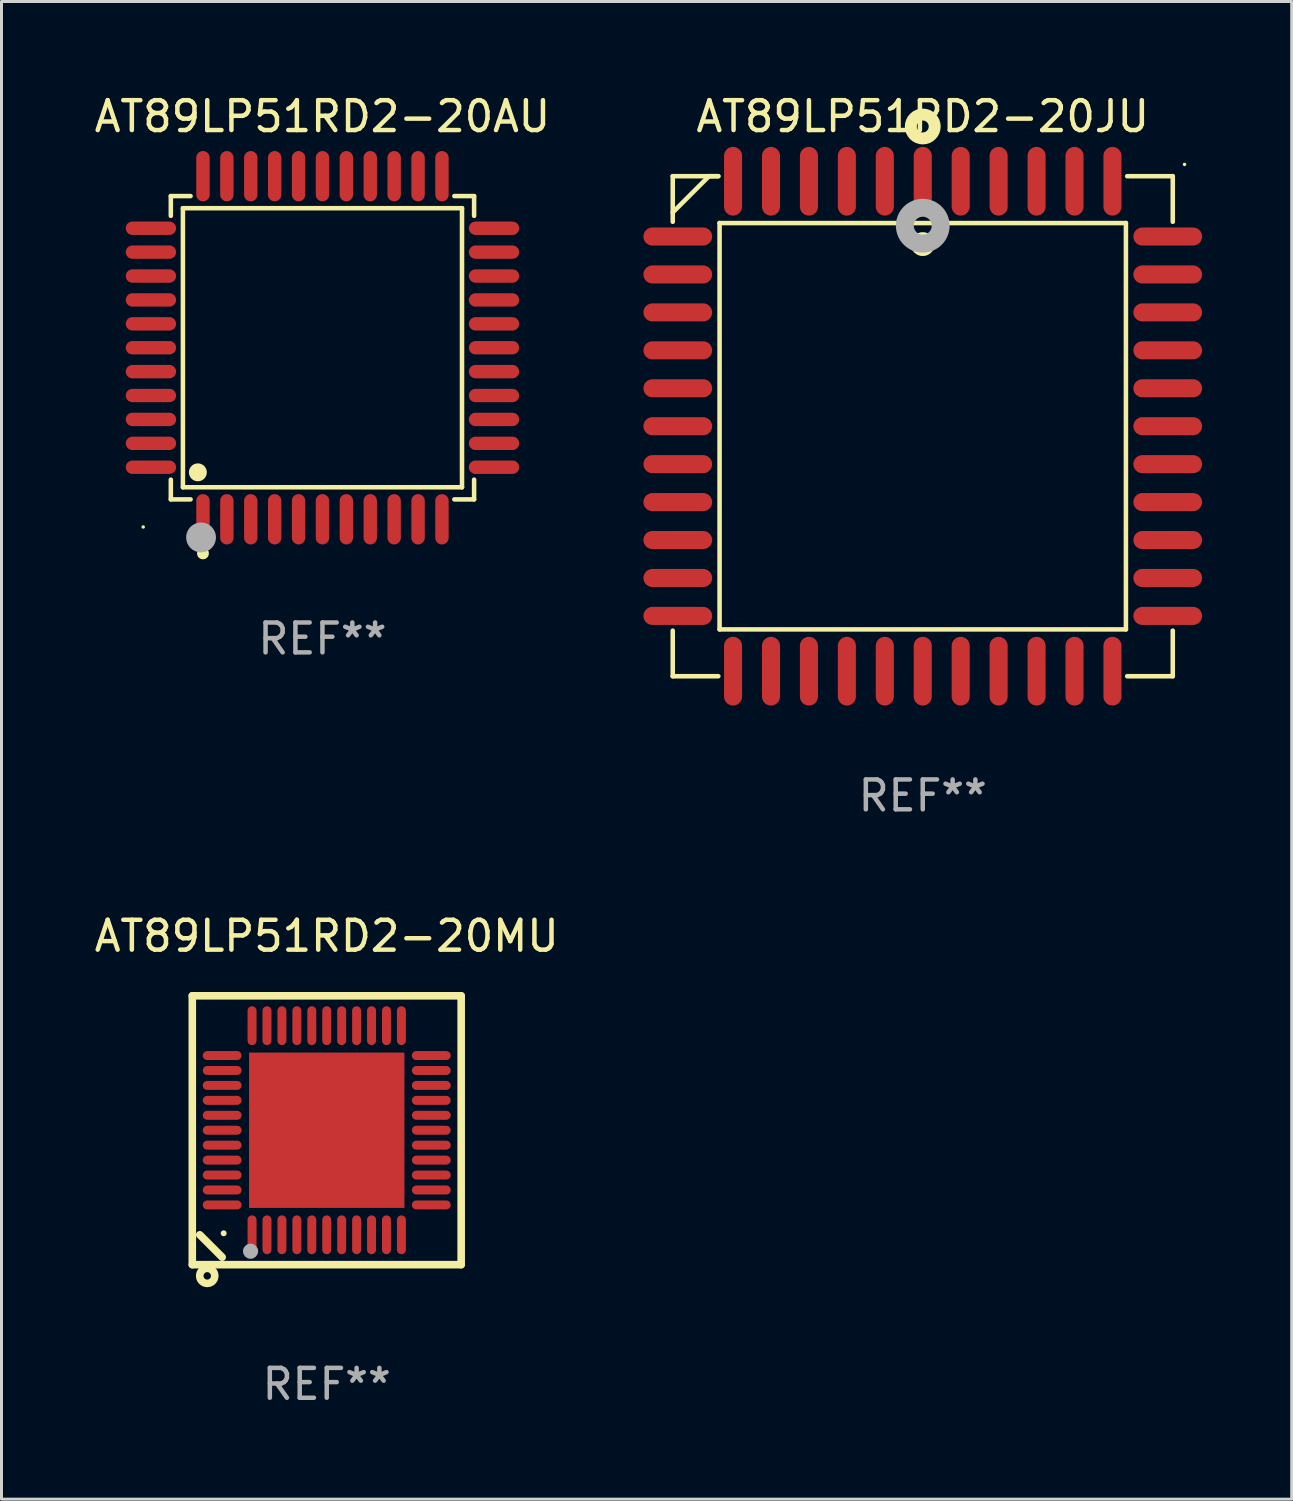
<source format=kicad_pcb>
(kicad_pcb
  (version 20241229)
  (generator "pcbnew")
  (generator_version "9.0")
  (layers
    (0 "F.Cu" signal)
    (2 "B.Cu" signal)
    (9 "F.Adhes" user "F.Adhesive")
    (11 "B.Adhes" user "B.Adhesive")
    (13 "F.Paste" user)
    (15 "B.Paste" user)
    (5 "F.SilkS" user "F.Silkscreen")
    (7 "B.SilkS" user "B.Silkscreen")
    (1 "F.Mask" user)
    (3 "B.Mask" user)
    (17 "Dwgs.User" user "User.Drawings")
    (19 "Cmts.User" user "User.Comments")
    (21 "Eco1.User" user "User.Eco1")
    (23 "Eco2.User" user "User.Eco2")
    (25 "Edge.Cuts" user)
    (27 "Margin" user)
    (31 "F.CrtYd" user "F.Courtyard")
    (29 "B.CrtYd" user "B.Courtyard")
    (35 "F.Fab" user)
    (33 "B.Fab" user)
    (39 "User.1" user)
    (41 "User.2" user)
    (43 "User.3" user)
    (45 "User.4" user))
  (footprint "AT89LP51RD2-20MU"
    (layer "F.Cu")
    (at 7.887 34.783)
    (property "Reference" "AT89LP51RD2-20MU" (at 0 -6.5 0) (layer "F.SilkS") (effects (font (size 1 1) (thickness 0.15))))
    (attr through_hole)
    (fp_line (start -4.5 -4.5) (end -4.5 4.5) (stroke (width 0.254) (type solid)) (layer "F.SilkS"))
    (fp_line (start -4.5 4.5) (end 4.5 4.5) (stroke (width 0.254) (type solid)) (layer "F.SilkS"))
    (fp_line (start -3.5 4.25) (end -4.25 3.5) (stroke (width 0.254) (type solid)) (layer "F.SilkS"))
    (fp_line (start 4.5 -4.5) (end -4.5 -4.5) (stroke (width 0.254) (type solid)) (layer "F.SilkS"))
    (fp_line (start 4.5 4.5) (end 4.5 -4.5) (stroke (width 0.254) (type solid)) (layer "F.SilkS"))
    (fp_circle (center -4 4.875) (end -3.875 4.875) (stroke (width 0.254) (type solid)) (fill no) (layer "F.SilkS"))
    (fp_circle (center -3.45 3.45) (end -3.4 3.45) (stroke (width 0.1) (type solid)) (fill no) (layer "F.SilkS"))
    (fp_circle (center -2.55 4.05) (end -2.423 4.05) (stroke (width 0.254) (type solid)) (fill no) (layer "F.Fab"))
    (fp_text user "REF**" (at 0 8.5 0) (layer "F.Fab") (effects (font (size 1 1) (thickness 0.15))))
    (pad "1" smd oval (at -2.5 3.5 90) (size 1.3 0.3) (layers "F.Cu" "F.Mask" "F.Paste"))
    (pad "2" smd oval (at -2 3.5 90) (size 1.3 0.3) (layers "F.Cu" "F.Mask" "F.Paste"))
    (pad "3" smd oval (at -1.5 3.5 90) (size 1.3 0.3) (layers "F.Cu" "F.Mask" "F.Paste"))
    (pad "4" smd oval (at -1 3.5 90) (size 1.3 0.3) (layers "F.Cu" "F.Mask" "F.Paste"))
    (pad "5" smd oval (at -0.5 3.5 90) (size 1.3 0.3) (layers "F.Cu" "F.Mask" "F.Paste"))
    (pad "6" smd oval (at 0.000025 3.5 90) (size 1.3 0.3) (layers "F.Cu" "F.Mask" "F.Paste"))
    (pad "7" smd oval (at 0.5 3.5 90) (size 1.3 0.3) (layers "F.Cu" "F.Mask" "F.Paste"))
    (pad "8" smd oval (at 1 3.5 90) (size 1.3 0.3) (layers "F.Cu" "F.Mask" "F.Paste"))
    (pad "9" smd oval (at 1.5 3.5 90) (size 1.3 0.3) (layers "F.Cu" "F.Mask" "F.Paste"))
    (pad "10" smd oval (at 2 3.5 90) (size 1.3 0.3) (layers "F.Cu" "F.Mask" "F.Paste"))
    (pad "11" smd oval (at 2.5 3.5 90) (size 1.3 0.3) (layers "F.Cu" "F.Mask" "F.Paste"))
    (pad "12" smd oval (at 3.5 2.5 90) (size 0.3 1.3) (layers "F.Cu" "F.Mask" "F.Paste"))
    (pad "13" smd oval (at 3.5 2 90) (size 0.3 1.3) (layers "F.Cu" "F.Mask" "F.Paste"))
    (pad "14" smd oval (at 3.5 1.5 90) (size 0.3 1.3) (layers "F.Cu" "F.Mask" "F.Paste"))
    (pad "15" smd oval (at 3.5 1 90) (size 0.3 1.3) (layers "F.Cu" "F.Mask" "F.Paste"))
    (pad "16" smd oval (at 3.5 0.5 90) (size 0.3 1.3) (layers "F.Cu" "F.Mask" "F.Paste"))
    (pad "17" smd oval (at 3.5 0.000025 90) (size 0.3 1.3) (layers "F.Cu" "F.Mask" "F.Paste"))
    (pad "18" smd oval (at 3.5 -0.5 90) (size 0.3 1.3) (layers "F.Cu" "F.Mask" "F.Paste"))
    (pad "19" smd oval (at 3.5 -1 90) (size 0.3 1.3) (layers "F.Cu" "F.Mask" "F.Paste"))
    (pad "20" smd oval (at 3.5 -1.5 90) (size 0.3 1.3) (layers "F.Cu" "F.Mask" "F.Paste"))
    (pad "21" smd oval (at 3.5 -2 90) (size 0.3 1.3) (layers "F.Cu" "F.Mask" "F.Paste"))
    (pad "22" smd oval (at 3.5 -2.5 90) (size 0.3 1.3) (layers "F.Cu" "F.Mask" "F.Paste"))
    (pad "23" smd oval (at 2.5 -3.5 90) (size 1.3 0.3) (layers "F.Cu" "F.Mask" "F.Paste"))
    (pad "24" smd oval (at 2 -3.5 90) (size 1.3 0.3) (layers "F.Cu" "F.Mask" "F.Paste"))
    (pad "25" smd oval (at 1.5 -3.5 90) (size 1.3 0.3) (layers "F.Cu" "F.Mask" "F.Paste"))
    (pad "26" smd oval (at 1 -3.5 90) (size 1.3 0.3) (layers "F.Cu" "F.Mask" "F.Paste"))
    (pad "27" smd oval (at 0.5 -3.5 90) (size 1.3 0.3) (layers "F.Cu" "F.Mask" "F.Paste"))
    (pad "28" smd oval (at 0.000025 -3.5 90) (size 1.3 0.3) (layers "F.Cu" "F.Mask" "F.Paste"))
    (pad "29" smd oval (at -0.5 -3.5 90) (size 1.3 0.3) (layers "F.Cu" "F.Mask" "F.Paste"))
    (pad "30" smd oval (at -1 -3.5 90) (size 1.3 0.3) (layers "F.Cu" "F.Mask" "F.Paste"))
    (pad "31" smd oval (at -1.5 -3.5 90) (size 1.3 0.3) (layers "F.Cu" "F.Mask" "F.Paste"))
    (pad "32" smd oval (at -2 -3.5 90) (size 1.3 0.3) (layers "F.Cu" "F.Mask" "F.Paste"))
    (pad "33" smd oval (at -2.5 -3.5 90) (size 1.3 0.3) (layers "F.Cu" "F.Mask" "F.Paste"))
    (pad "34" smd oval (at -3.5 -2.5 90) (size 0.3 1.3) (layers "F.Cu" "F.Mask" "F.Paste"))
    (pad "35" smd oval (at -3.5 -2 90) (size 0.3 1.3) (layers "F.Cu" "F.Mask" "F.Paste"))
    (pad "36" smd oval (at -3.5 -1.5 90) (size 0.3 1.3) (layers "F.Cu" "F.Mask" "F.Paste"))
    (pad "37" smd oval (at -3.5 -1 90) (size 0.3 1.3) (layers "F.Cu" "F.Mask" "F.Paste"))
    (pad "38" smd oval (at -3.5 -0.5 90) (size 0.3 1.3) (layers "F.Cu" "F.Mask" "F.Paste"))
    (pad "39" smd oval (at -3.5 0.000025 90) (size 0.3 1.3) (layers "F.Cu" "F.Mask" "F.Paste"))
    (pad "40" smd oval (at -3.5 0.5 90) (size 0.3 1.3) (layers "F.Cu" "F.Mask" "F.Paste"))
    (pad "41" smd oval (at -3.5 1 90) (size 0.3 1.3) (layers "F.Cu" "F.Mask" "F.Paste"))
    (pad "42" smd oval (at -3.5 1.5 90) (size 0.3 1.3) (layers "F.Cu" "F.Mask" "F.Paste"))
    (pad "43" smd oval (at -3.5 2 90) (size 0.3 1.3) (layers "F.Cu" "F.Mask" "F.Paste"))
    (pad "44" smd oval (at -3.5 2.5 90) (size 0.3 1.3) (layers "F.Cu" "F.Mask" "F.Paste"))
    (pad "45" smd rect (at 0.000025 0.000025 90) (size 5.2 5.2) (layers "F.Cu" "F.Mask" "F.Paste")))
  (footprint "AT89LP51RD2-20JU"
    (layer "F.Cu")
    (at 27.838 11.217)
    (property "Reference" "AT89LP51RD2-20JU" (at 0 -10.369 0) (layer "F.SilkS") (effects (font (size 1 1) (thickness 0.15))))
    (attr through_hole)
    (fp_line (start -8.369 -8.369) (end -8.369 -6.843) (stroke (width 0.152) (type solid)) (layer "F.SilkS"))
    (fp_line (start -8.369 8.369) (end -8.369 6.843) (stroke (width 0.152) (type solid)) (layer "F.SilkS"))
    (fp_line (start -7.156 -8.369) (end -8.369 -7.156) (stroke (width 0.152) (type solid)) (layer "F.SilkS"))
    (fp_line (start -6.843 -8.369) (end -8.369 -8.369) (stroke (width 0.152) (type solid)) (layer "F.SilkS"))
    (fp_line (start -6.843 -8.369) (end -7.156 -8.369) (stroke (width 0.152) (type solid)) (layer "F.SilkS"))
    (fp_line (start -6.843 8.369) (end -8.369 8.369) (stroke (width 0.152) (type solid)) (layer "F.SilkS"))
    (fp_line (start -6.801 -6.801) (end 6.801 -6.801) (stroke (width 0.152) (type solid)) (layer "F.SilkS"))
    (fp_line (start -6.801 6.801) (end -6.801 -6.801) (stroke (width 0.152) (type solid)) (layer "F.SilkS"))
    (fp_line (start 6.801 -6.801) (end 6.801 6.801) (stroke (width 0.152) (type solid)) (layer "F.SilkS"))
    (fp_line (start 6.801 6.801) (end -6.801 6.801) (stroke (width 0.152) (type solid)) (layer "F.SilkS"))
    (fp_line (start 6.843 -8.369) (end 8.369 -8.369) (stroke (width 0.152) (type solid)) (layer "F.SilkS"))
    (fp_line (start 6.843 8.369) (end 8.369 8.369) (stroke (width 0.152) (type solid)) (layer "F.SilkS"))
    (fp_line (start 8.369 -8.369) (end 8.369 -6.843) (stroke (width 0.152) (type solid)) (layer "F.SilkS"))
    (fp_line (start 8.369 8.369) (end 8.369 6.843) (stroke (width 0.152) (type solid)) (layer "F.SilkS"))
    (fp_circle (center -0.000013 -6.096) (end 0.2 -6.096) (stroke (width 0.4) (type solid)) (fill no) (layer "F.SilkS"))
    (fp_circle (center 0.000114 -10.033) (end 0.2 -10.033) (stroke (width 0.4) (type solid)) (fill no) (layer "F.SilkS"))
    (fp_circle (center 8.763 -8.763) (end 8.793 -8.763) (stroke (width 0.06) (type solid)) (fill no) (layer "F.SilkS"))
    (fp_circle (center 0.000114 -6.712) (end 0.3 -6.712) (stroke (width 0.6) (type solid)) (fill no) (layer "F.Fab"))
    (fp_text user "REF**" (at 0 12.369 0) (layer "F.Fab") (effects (font (size 1 1) (thickness 0.15))))
    (pad "1" smd oval (at 0.000114 -8.2) (size 0.604 2.3) (layers "F.Cu" "F.Mask" "F.Paste"))
    (pad "2" smd oval (at -1.27 -8.2) (size 0.604 2.3) (layers "F.Cu" "F.Mask" "F.Paste"))
    (pad "3" smd oval (at -2.54 -8.2) (size 0.604 2.3) (layers "F.Cu" "F.Mask" "F.Paste"))
    (pad "4" smd oval (at -3.81 -8.2) (size 0.604 2.3) (layers "F.Cu" "F.Mask" "F.Paste"))
    (pad "5" smd oval (at -5.08 -8.2) (size 0.604 2.3) (layers "F.Cu" "F.Mask" "F.Paste"))
    (pad "6" smd oval (at -6.35 -8.2) (size 0.604 2.3) (layers "F.Cu" "F.Mask" "F.Paste"))
    (pad "7" smd oval (at -8.2 -6.35) (size 2.3 0.604) (layers "F.Cu" "F.Mask" "F.Paste"))
    (pad "8" smd oval (at -8.2 -5.08) (size 2.3 0.604) (layers "F.Cu" "F.Mask" "F.Paste"))
    (pad "9" smd oval (at -8.2 -3.81) (size 2.3 0.604) (layers "F.Cu" "F.Mask" "F.Paste"))
    (pad "10" smd oval (at -8.2 -2.54) (size 2.3 0.604) (layers "F.Cu" "F.Mask" "F.Paste"))
    (pad "11" smd oval (at -8.2 -1.27) (size 2.3 0.604) (layers "F.Cu" "F.Mask" "F.Paste"))
    (pad "12" smd oval (at -8.2 0.000127) (size 2.3 0.604) (layers "F.Cu" "F.Mask" "F.Paste"))
    (pad "13" smd oval (at -8.2 1.27) (size 2.3 0.604) (layers "F.Cu" "F.Mask" "F.Paste"))
    (pad "14" smd oval (at -8.2 2.54) (size 2.3 0.604) (layers "F.Cu" "F.Mask" "F.Paste"))
    (pad "15" smd oval (at -8.2 3.81) (size 2.3 0.604) (layers "F.Cu" "F.Mask" "F.Paste"))
    (pad "16" smd oval (at -8.2 5.08) (size 2.3 0.604) (layers "F.Cu" "F.Mask" "F.Paste"))
    (pad "17" smd oval (at -8.2 6.35) (size 2.3 0.604) (layers "F.Cu" "F.Mask" "F.Paste"))
    (pad "18" smd oval (at -6.35 8.2) (size 0.604 2.3) (layers "F.Cu" "F.Mask" "F.Paste"))
    (pad "19" smd oval (at -5.08 8.2) (size 0.604 2.3) (layers "F.Cu" "F.Mask" "F.Paste"))
    (pad "20" smd oval (at -3.81 8.2) (size 0.604 2.3) (layers "F.Cu" "F.Mask" "F.Paste"))
    (pad "21" smd oval (at -2.54 8.2) (size 0.604 2.3) (layers "F.Cu" "F.Mask" "F.Paste"))
    (pad "22" smd oval (at -1.27 8.2) (size 0.604 2.3) (layers "F.Cu" "F.Mask" "F.Paste"))
    (pad "23" smd oval (at 0.000114 8.2) (size 0.604 2.3) (layers "F.Cu" "F.Mask" "F.Paste"))
    (pad "24" smd oval (at 1.27 8.2) (size 0.604 2.3) (layers "F.Cu" "F.Mask" "F.Paste"))
    (pad "25" smd oval (at 2.54 8.2) (size 0.604 2.3) (layers "F.Cu" "F.Mask" "F.Paste"))
    (pad "26" smd oval (at 3.81 8.2) (size 0.604 2.3) (layers "F.Cu" "F.Mask" "F.Paste"))
    (pad "27" smd oval (at 5.08 8.2) (size 0.604 2.3) (layers "F.Cu" "F.Mask" "F.Paste"))
    (pad "28" smd oval (at 6.35 8.2) (size 0.604 2.3) (layers "F.Cu" "F.Mask" "F.Paste"))
    (pad "29" smd oval (at 8.2 6.35) (size 2.3 0.604) (layers "F.Cu" "F.Mask" "F.Paste"))
    (pad "30" smd oval (at 8.2 5.08) (size 2.3 0.604) (layers "F.Cu" "F.Mask" "F.Paste"))
    (pad "31" smd oval (at 8.2 3.81) (size 2.3 0.604) (layers "F.Cu" "F.Mask" "F.Paste"))
    (pad "32" smd oval (at 8.2 2.54) (size 2.3 0.604) (layers "F.Cu" "F.Mask" "F.Paste"))
    (pad "33" smd oval (at 8.2 1.27) (size 2.3 0.604) (layers "F.Cu" "F.Mask" "F.Paste"))
    (pad "34" smd oval (at 8.2 0.000127) (size 2.3 0.604) (layers "F.Cu" "F.Mask" "F.Paste"))
    (pad "35" smd oval (at 8.2 -1.27) (size 2.3 0.604) (layers "F.Cu" "F.Mask" "F.Paste"))
    (pad "36" smd oval (at 8.2 -2.54) (size 2.3 0.604) (layers "F.Cu" "F.Mask" "F.Paste"))
    (pad "37" smd oval (at 8.2 -3.81) (size 2.3 0.604) (layers "F.Cu" "F.Mask" "F.Paste"))
    (pad "38" smd oval (at 8.2 -5.08) (size 2.3 0.604) (layers "F.Cu" "F.Mask" "F.Paste"))
    (pad "39" smd oval (at 8.2 -6.35) (size 2.3 0.604) (layers "F.Cu" "F.Mask" "F.Paste"))
    (pad "40" smd oval (at 6.35 -8.2) (size 0.604 2.3) (layers "F.Cu" "F.Mask" "F.Paste"))
    (pad "41" smd oval (at 5.08 -8.2) (size 0.604 2.3) (layers "F.Cu" "F.Mask" "F.Paste"))
    (pad "42" smd oval (at 3.81 -8.2) (size 0.604 2.3) (layers "F.Cu" "F.Mask" "F.Paste"))
    (pad "43" smd oval (at 2.54 -8.2) (size 0.604 2.3) (layers "F.Cu" "F.Mask" "F.Paste"))
    (pad "44" smd oval (at 1.27 -8.2) (size 0.604 2.3) (layers "F.Cu" "F.Mask" "F.Paste")))
  (footprint "AT89LP51RD2-20AU"
    (layer "F.Cu")
    (at 7.744 8.59)
    (property "Reference" "AT89LP51RD2-20AU" (at 0 -7.742 0) (layer "F.SilkS") (effects (font (size 1 1) (thickness 0.15))))
    (attr through_hole)
    (fp_line (start -5.076 -5.076) (end -4.415 -5.076) (stroke (width 0.152) (type solid)) (layer "F.SilkS"))
    (fp_line (start -5.076 -4.415) (end -5.076 -5.076) (stroke (width 0.152) (type solid)) (layer "F.SilkS"))
    (fp_line (start -5.076 4.415) (end -5.076 5.076) (stroke (width 0.152) (type solid)) (layer "F.SilkS"))
    (fp_line (start -5.076 5.076) (end -4.415 5.076) (stroke (width 0.152) (type solid)) (layer "F.SilkS"))
    (fp_line (start -4.671 -4.671) (end 4.671 -4.671) (stroke (width 0.152) (type solid)) (layer "F.SilkS"))
    (fp_line (start -4.671 4.671) (end -4.671 -4.671) (stroke (width 0.152) (type solid)) (layer "F.SilkS"))
    (fp_line (start 4.671 -4.671) (end 4.671 4.671) (stroke (width 0.152) (type solid)) (layer "F.SilkS"))
    (fp_line (start 4.671 4.671) (end -4.671 4.671) (stroke (width 0.152) (type solid)) (layer "F.SilkS"))
    (fp_line (start 5.076 -5.076) (end 4.415 -5.076) (stroke (width 0.152) (type solid)) (layer "F.SilkS"))
    (fp_line (start 5.076 -4.415) (end 5.076 -5.076) (stroke (width 0.152) (type solid)) (layer "F.SilkS"))
    (fp_line (start 5.076 4.415) (end 5.076 5.076) (stroke (width 0.152) (type solid)) (layer "F.SilkS"))
    (fp_line (start 5.076 5.076) (end 4.415 5.076) (stroke (width 0.152) (type solid)) (layer "F.SilkS"))
    (fp_circle (center -6 6) (end -5.97 6) (stroke (width 0.06) (type solid)) (fill no) (layer "F.SilkS"))
    (fp_circle (center -4.171 4.171) (end -4.021 4.171) (stroke (width 0.3) (type solid)) (fill no) (layer "F.SilkS"))
    (fp_circle (center -4 6.884) (end -3.9 6.884) (stroke (width 0.2) (type solid)) (fill no) (layer "F.SilkS"))
    (fp_circle (center -4.064 6.35) (end -3.814 6.35) (stroke (width 0.5) (type solid)) (fill no) (layer "F.Fab"))
    (fp_text user "REF**" (at 0 9.742 0) (layer "F.Fab") (effects (font (size 1 1) (thickness 0.15))))
    (pad "1" smd oval (at -4 5.742) (size 0.448 1.684) (layers "F.Cu" "F.Mask" "F.Paste"))
    (pad "2" smd oval (at -3.2 5.742) (size 0.448 1.684) (layers "F.Cu" "F.Mask" "F.Paste"))
    (pad "3" smd oval (at -2.4 5.742) (size 0.448 1.684) (layers "F.Cu" "F.Mask" "F.Paste"))
    (pad "4" smd oval (at -1.6 5.742) (size 0.448 1.684) (layers "F.Cu" "F.Mask" "F.Paste"))
    (pad "5" smd oval (at -0.8 5.742) (size 0.448 1.684) (layers "F.Cu" "F.Mask" "F.Paste"))
    (pad "6" smd oval (at 0 5.742) (size 0.448 1.684) (layers "F.Cu" "F.Mask" "F.Paste"))
    (pad "7" smd oval (at 0.8 5.742) (size 0.448 1.684) (layers "F.Cu" "F.Mask" "F.Paste"))
    (pad "8" smd oval (at 1.6 5.742) (size 0.448 1.684) (layers "F.Cu" "F.Mask" "F.Paste"))
    (pad "9" smd oval (at 2.4 5.742) (size 0.448 1.684) (layers "F.Cu" "F.Mask" "F.Paste"))
    (pad "10" smd oval (at 3.2 5.742) (size 0.448 1.684) (layers "F.Cu" "F.Mask" "F.Paste"))
    (pad "11" smd oval (at 4 5.742) (size 0.448 1.684) (layers "F.Cu" "F.Mask" "F.Paste"))
    (pad "12" smd oval (at 5.742 4) (size 1.684 0.448) (layers "F.Cu" "F.Mask" "F.Paste"))
    (pad "13" smd oval (at 5.742 3.2) (size 1.684 0.448) (layers "F.Cu" "F.Mask" "F.Paste"))
    (pad "14" smd oval (at 5.742 2.4) (size 1.684 0.448) (layers "F.Cu" "F.Mask" "F.Paste"))
    (pad "15" smd oval (at 5.742 1.6) (size 1.684 0.448) (layers "F.Cu" "F.Mask" "F.Paste"))
    (pad "16" smd oval (at 5.742 0.8) (size 1.684 0.448) (layers "F.Cu" "F.Mask" "F.Paste"))
    (pad "17" smd oval (at 5.742 0) (size 1.684 0.448) (layers "F.Cu" "F.Mask" "F.Paste"))
    (pad "18" smd oval (at 5.742 -0.8) (size 1.684 0.448) (layers "F.Cu" "F.Mask" "F.Paste"))
    (pad "19" smd oval (at 5.742 -1.6) (size 1.684 0.448) (layers "F.Cu" "F.Mask" "F.Paste"))
    (pad "20" smd oval (at 5.742 -2.4) (size 1.684 0.448) (layers "F.Cu" "F.Mask" "F.Paste"))
    (pad "21" smd oval (at 5.742 -3.2) (size 1.684 0.448) (layers "F.Cu" "F.Mask" "F.Paste"))
    (pad "22" smd oval (at 5.742 -4) (size 1.684 0.448) (layers "F.Cu" "F.Mask" "F.Paste"))
    (pad "23" smd oval (at 4 -5.742) (size 0.448 1.684) (layers "F.Cu" "F.Mask" "F.Paste"))
    (pad "24" smd oval (at 3.2 -5.742) (size 0.448 1.684) (layers "F.Cu" "F.Mask" "F.Paste"))
    (pad "25" smd oval (at 2.4 -5.742) (size 0.448 1.684) (layers "F.Cu" "F.Mask" "F.Paste"))
    (pad "26" smd oval (at 1.6 -5.742) (size 0.448 1.684) (layers "F.Cu" "F.Mask" "F.Paste"))
    (pad "27" smd oval (at 0.8 -5.742) (size 0.448 1.684) (layers "F.Cu" "F.Mask" "F.Paste"))
    (pad "28" smd oval (at 0 -5.742) (size 0.448 1.684) (layers "F.Cu" "F.Mask" "F.Paste"))
    (pad "29" smd oval (at -0.8 -5.742) (size 0.448 1.684) (layers "F.Cu" "F.Mask" "F.Paste"))
    (pad "30" smd oval (at -1.6 -5.742) (size 0.448 1.684) (layers "F.Cu" "F.Mask" "F.Paste"))
    (pad "31" smd oval (at -2.4 -5.742) (size 0.448 1.684) (layers "F.Cu" "F.Mask" "F.Paste"))
    (pad "32" smd oval (at -3.2 -5.742) (size 0.448 1.684) (layers "F.Cu" "F.Mask" "F.Paste"))
    (pad "33" smd oval (at -4 -5.742) (size 0.448 1.684) (layers "F.Cu" "F.Mask" "F.Paste"))
    (pad "34" smd oval (at -5.742 -4) (size 1.684 0.448) (layers "F.Cu" "F.Mask" "F.Paste"))
    (pad "35" smd oval (at -5.742 -3.2) (size 1.684 0.448) (layers "F.Cu" "F.Mask" "F.Paste"))
    (pad "36" smd oval (at -5.742 -2.4) (size 1.684 0.448) (layers "F.Cu" "F.Mask" "F.Paste"))
    (pad "37" smd oval (at -5.742 -1.6) (size 1.684 0.448) (layers "F.Cu" "F.Mask" "F.Paste"))
    (pad "38" smd oval (at -5.742 -0.8) (size 1.684 0.448) (layers "F.Cu" "F.Mask" "F.Paste"))
    (pad "39" smd oval (at -5.742 0) (size 1.684 0.448) (layers "F.Cu" "F.Mask" "F.Paste"))
    (pad "40" smd oval (at -5.742 0.8) (size 1.684 0.448) (layers "F.Cu" "F.Mask" "F.Paste"))
    (pad "41" smd oval (at -5.742 1.6) (size 1.684 0.448) (layers "F.Cu" "F.Mask" "F.Paste"))
    (pad "42" smd oval (at -5.742 2.4) (size 1.684 0.448) (layers "F.Cu" "F.Mask" "F.Paste"))
    (pad "43" smd oval (at -5.742 3.2) (size 1.684 0.448) (layers "F.Cu" "F.Mask" "F.Paste"))
    (pad "44" smd oval (at -5.742 4) (size 1.684 0.448) (layers "F.Cu" "F.Mask" "F.Paste")))
  (gr_rect
    (start -3 -3)
    (end 40.188 47.132)
    (stroke (width 0.1) (type default))
    (fill no)
    (layer "Edge.Cuts")))
</source>
